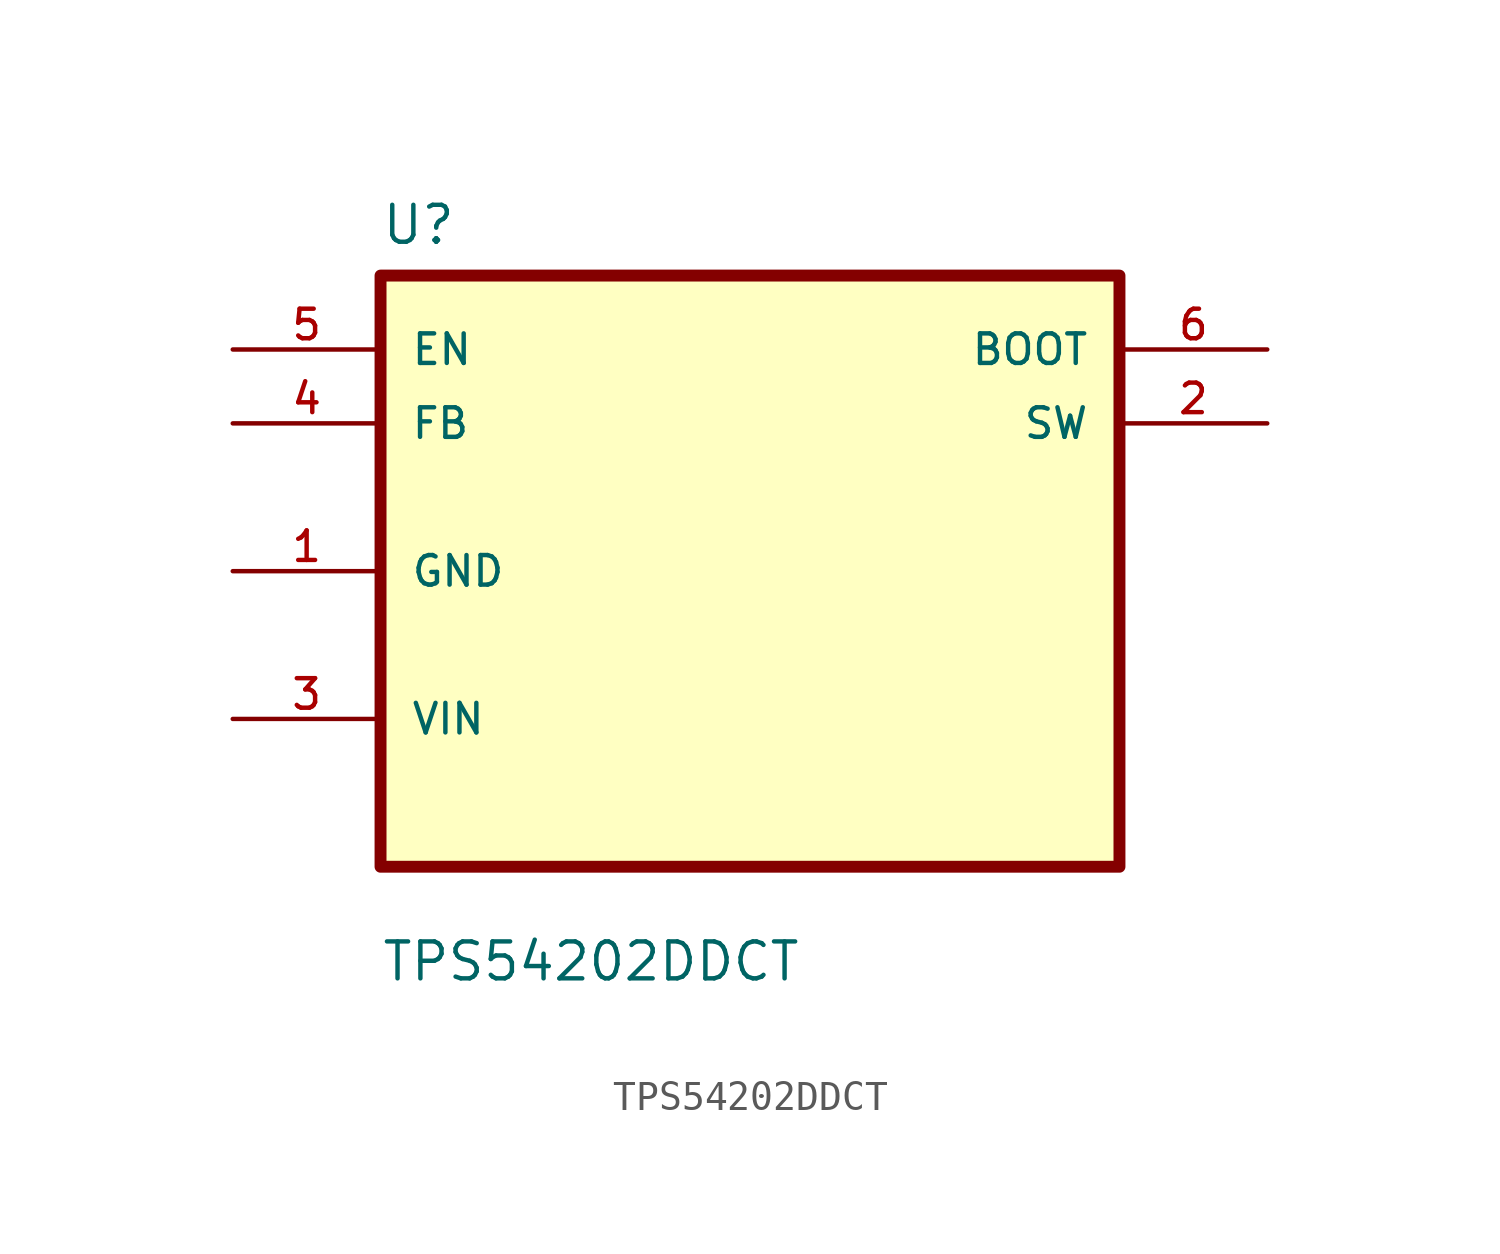
<source format=kicad_sym>
(kicad_symbol_lib
  (version 20211014)
  (generator kicad_symbol_editor)
  (symbol "TPS54202DDCT"
    (pin_names
      (offset 1.016))
    (property "Reference" "U"
      (at -12.7 11.16 0.0)
      (effects (font (size 1.27 1.27)) (justify bottom left)))
    (property "Value" "TPS54202DDCT"
      (at -12.7 -14.16 0.0)
      (effects (font (size 1.27 1.27)) (justify bottom left)))
    (symbol "TPS54202DDCT_0_0"
      (rectangle (start -12.7 -10.16) (end 12.7 10.16) (stroke (width 0.41)) (fill (type background)))
      (pin input line (at -17.78 7.62 0) (length 5.08) (name "EN" (effects (font (size 1.016 1.016)))) (number "5" (effects (font (size 1.016 1.016)))))
      (pin input line (at -17.78 5.08 0) (length 5.08) (name "FB" (effects (font (size 1.016 1.016)))) (number "4" (effects (font (size 1.016 1.016)))))
      (pin bidirectional line (at -17.78 0.0 0) (length 5.08) (name "GND" (effects (font (size 1.016 1.016)))) (number "1" (effects (font (size 1.016 1.016)))))
      (pin bidirectional line (at -17.78 -5.08 0) (length 5.08) (name "VIN" (effects (font (size 1.016 1.016)))) (number "3" (effects (font (size 1.016 1.016)))))
      (pin output line (at 17.78 7.62 180.0) (length 5.08) (name "BOOT" (effects (font (size 1.016 1.016)))) (number "6" (effects (font (size 1.016 1.016)))))
      (pin output line (at 17.78 5.08 180.0) (length 5.08) (name "SW" (effects (font (size 1.016 1.016)))) (number "2" (effects (font (size 1.016 1.016))))))))
</source>
